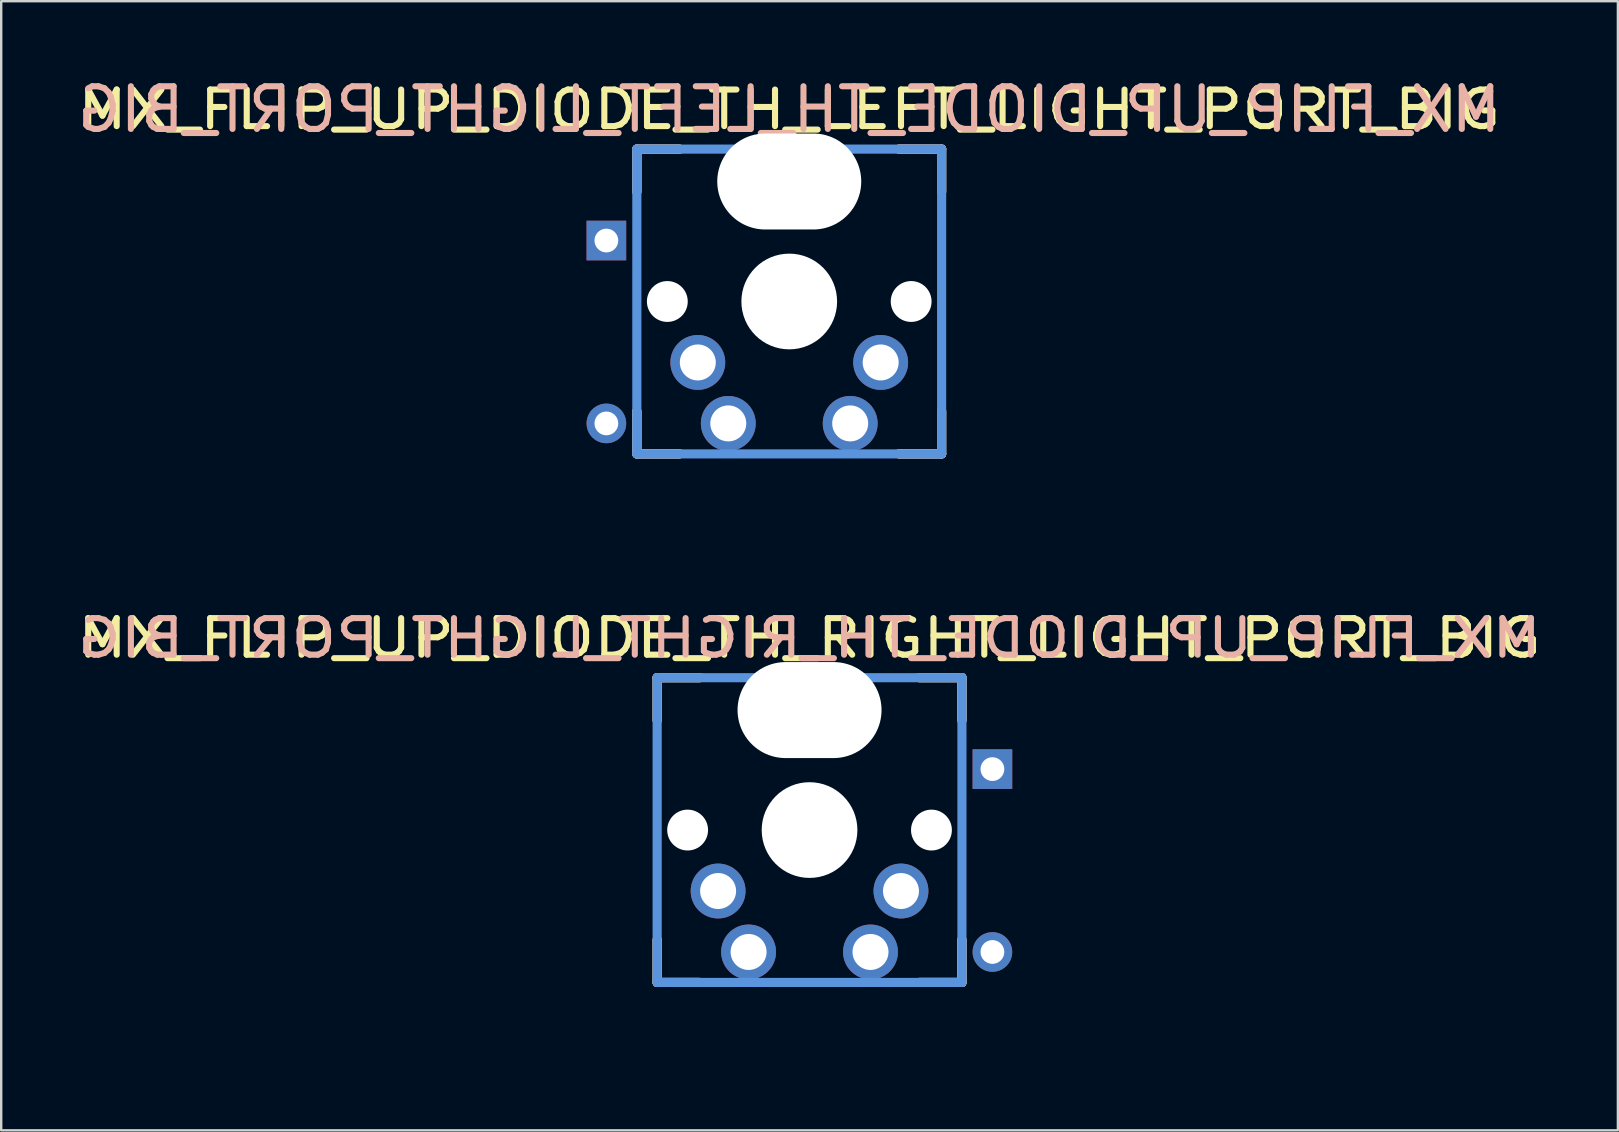
<source format=kicad_pcb>
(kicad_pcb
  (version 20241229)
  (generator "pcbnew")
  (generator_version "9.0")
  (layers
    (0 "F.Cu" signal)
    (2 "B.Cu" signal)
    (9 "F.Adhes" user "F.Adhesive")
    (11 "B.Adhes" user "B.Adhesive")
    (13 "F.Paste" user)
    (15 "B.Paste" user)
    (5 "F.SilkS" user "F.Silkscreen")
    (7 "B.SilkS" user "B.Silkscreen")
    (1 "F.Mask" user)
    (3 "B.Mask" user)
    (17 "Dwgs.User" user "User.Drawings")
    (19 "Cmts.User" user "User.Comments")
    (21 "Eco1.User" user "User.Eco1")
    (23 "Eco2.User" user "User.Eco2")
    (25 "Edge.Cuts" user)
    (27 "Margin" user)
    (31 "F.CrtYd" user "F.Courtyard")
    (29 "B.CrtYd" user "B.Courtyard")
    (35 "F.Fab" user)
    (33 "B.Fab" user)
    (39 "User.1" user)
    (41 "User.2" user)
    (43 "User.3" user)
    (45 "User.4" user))
  (footprint "MX_FLIP_UP_DIODE_TH_RIGHT_LIGHT_PORT_BIG"
    (layer "F.Cu")
    (at 30.683 31.538)
    (property "Reference" "MX_FLIP_UP_DIODE_TH_RIGHT_LIGHT_PORT_BIG" (at 0 -8 180) (layer "F.SilkS") (effects (font (size 1.524 1.778) (thickness 0.254))))
    (attr through_hole)
    (fp_line (start -6.35 -6.35) (end -4.572 -6.35) (stroke (width 0.381) (type solid)) (layer "F.SilkS"))
    (fp_line (start -6.35 -4.572) (end -6.35 -6.35) (stroke (width 0.381) (type solid)) (layer "F.SilkS"))
    (fp_line (start -6.35 6.35) (end -6.35 4.572) (stroke (width 0.381) (type solid)) (layer "F.SilkS"))
    (fp_line (start -4.572 6.35) (end -6.35 6.35) (stroke (width 0.381) (type solid)) (layer "F.SilkS"))
    (fp_line (start 4.572 -6.35) (end 6.35 -6.35) (stroke (width 0.381) (type solid)) (layer "F.SilkS"))
    (fp_line (start 6.35 -6.35) (end 6.35 -4.572) (stroke (width 0.381) (type solid)) (layer "F.SilkS"))
    (fp_line (start 6.35 4.572) (end 6.35 6.35) (stroke (width 0.381) (type solid)) (layer "F.SilkS"))
    (fp_line (start 6.35 6.35) (end 4.572 6.35) (stroke (width 0.381) (type solid)) (layer "F.SilkS"))
    (fp_line (start -6.35 -6.35) (end -4.572 -6.35) (stroke (width 0.381) (type solid)) (layer "B.SilkS"))
    (fp_line (start -6.35 -4.572) (end -6.35 -6.35) (stroke (width 0.381) (type solid)) (layer "B.SilkS"))
    (fp_line (start -6.35 6.35) (end -6.35 4.572) (stroke (width 0.381) (type solid)) (layer "B.SilkS"))
    (fp_line (start -4.572 6.35) (end -6.35 6.35) (stroke (width 0.381) (type solid)) (layer "B.SilkS"))
    (fp_line (start 4.572 -6.35) (end 6.35 -6.35) (stroke (width 0.381) (type solid)) (layer "B.SilkS"))
    (fp_line (start 6.35 -6.35) (end 6.35 -4.572) (stroke (width 0.381) (type solid)) (layer "B.SilkS"))
    (fp_line (start 6.35 4.572) (end 6.35 6.35) (stroke (width 0.381) (type solid)) (layer "B.SilkS"))
    (fp_line (start 6.35 6.35) (end 4.572 6.35) (stroke (width 0.381) (type solid)) (layer "B.SilkS"))
    (fp_line (start -6.35 -6.35) (end 6.35 -6.35) (stroke (width 0.381) (type solid)) (layer "Cmts.User"))
    (fp_line (start -6.35 6.35) (end -6.35 -6.35) (stroke (width 0.381) (type solid)) (layer "Cmts.User"))
    (fp_line (start 6.35 -6.35) (end 6.35 6.35) (stroke (width 0.381) (type solid)) (layer "Cmts.User"))
    (fp_line (start 6.35 6.35) (end -6.35 6.35) (stroke (width 0.381) (type solid)) (layer "Cmts.User"))
    (fp_line (start -9.5 -9.5) (end 9.5 -9.5) (stroke (width 0.025) (type solid)) (layer "Eco2.User"))
    (fp_line (start -9.5 9.5) (end -9.5 -9.5) (stroke (width 0.025) (type solid)) (layer "Eco2.User"))
    (fp_line (start -7 -7) (end 7 -7) (stroke (width 0.025) (type solid)) (layer "Eco2.User"))
    (fp_line (start -7 7) (end -7 -7) (stroke (width 0.025) (type solid)) (layer "Eco2.User"))
    (fp_line (start 7 7) (end -7 7) (stroke (width 0.025) (type solid)) (layer "Eco2.User"))
    (fp_line (start 7 7) (end 7 -7) (stroke (width 0.025) (type solid)) (layer "Eco2.User"))
    (fp_line (start 9.5 -9.5) (end 9.5 9.5) (stroke (width 0.025) (type solid)) (layer "Eco2.User"))
    (fp_line (start 9.5 9.5) (end -9.5 9.5) (stroke (width 0.025) (type solid)) (layer "Eco2.User"))
    (fp_text user "${REFERENCE}" (at 0 -8 0) (layer "B.SilkS") (effects (font (size 1.524 1.778) (thickness 0.254)) (justify mirror)))
    (pad "" np_thru_hole circle (at -5.08 0 180) (size 1.702 1.702) (drill 1.702) (layers "*.Cu" "*.Mask"))
    (pad "" np_thru_hole oval (at 0 -5 180) (size 6 4) (drill oval 6 4) (layers "*.Cu" "*.Mask"))
    (pad "" np_thru_hole circle (at 0 0 180) (size 3.988 3.988) (drill 3.988) (layers "*.Cu" "*.Mask"))
    (pad "" np_thru_hole circle (at 5.08 0 180) (size 1.702 1.702) (drill 1.702) (layers "*.Cu" "*.Mask"))
    (pad "1" thru_hole circle (at -3.81 2.54 180) (size 2.286 2.286) (drill 1.499) (layers "*.Cu" "*.Mask"))
    (pad "1" thru_hole circle (at -2.54 5.08 180) (size 2.286 2.286) (drill 1.499) (layers "*.Cu" "*.Mask"))
    (pad "2" thru_hole circle (at 2.54 5.08 180) (size 2.286 2.286) (drill 1.499) (layers "*.Cu" "*.Mask"))
    (pad "2" thru_hole circle (at 3.81 2.54 180) (size 2.286 2.286) (drill 1.499) (layers "*.Cu" "*.Mask"))
    (pad "3" thru_hole circle (at 7.62 5.08 90) (size 1.651 1.651) (drill 0.991) (layers "*.Cu" "*.Mask"))
    (pad "4" thru_hole rect (at 7.62 -2.54 90) (size 1.651 1.651) (drill 0.991) (layers "*.Cu" "*.Mask")))
  (footprint "MX_FLIP_UP_DIODE_TH_LEFT_LIGHT_PORT_BIG"
    (layer "F.Cu")
    (at 29.837 9.513)
    (property "Reference" "MX_FLIP_UP_DIODE_TH_LEFT_LIGHT_PORT_BIG" (at 0 -8 180) (layer "F.SilkS") (effects (font (size 1.524 1.778) (thickness 0.254))))
    (attr through_hole)
    (fp_line (start -6.35 -6.35) (end -4.572 -6.35) (stroke (width 0.381) (type solid)) (layer "F.SilkS"))
    (fp_line (start -6.35 -4.572) (end -6.35 -6.35) (stroke (width 0.381) (type solid)) (layer "F.SilkS"))
    (fp_line (start -6.35 6.35) (end -6.35 4.572) (stroke (width 0.381) (type solid)) (layer "F.SilkS"))
    (fp_line (start -4.572 6.35) (end -6.35 6.35) (stroke (width 0.381) (type solid)) (layer "F.SilkS"))
    (fp_line (start 4.572 -6.35) (end 6.35 -6.35) (stroke (width 0.381) (type solid)) (layer "F.SilkS"))
    (fp_line (start 6.35 -6.35) (end 6.35 -4.572) (stroke (width 0.381) (type solid)) (layer "F.SilkS"))
    (fp_line (start 6.35 4.572) (end 6.35 6.35) (stroke (width 0.381) (type solid)) (layer "F.SilkS"))
    (fp_line (start 6.35 6.35) (end 4.572 6.35) (stroke (width 0.381) (type solid)) (layer "F.SilkS"))
    (fp_line (start -6.35 -6.35) (end -4.572 -6.35) (stroke (width 0.381) (type solid)) (layer "B.SilkS"))
    (fp_line (start -6.35 -4.572) (end -6.35 -6.35) (stroke (width 0.381) (type solid)) (layer "B.SilkS"))
    (fp_line (start -6.35 6.35) (end -6.35 4.572) (stroke (width 0.381) (type solid)) (layer "B.SilkS"))
    (fp_line (start -4.572 6.35) (end -6.35 6.35) (stroke (width 0.381) (type solid)) (layer "B.SilkS"))
    (fp_line (start 4.572 -6.35) (end 6.35 -6.35) (stroke (width 0.381) (type solid)) (layer "B.SilkS"))
    (fp_line (start 6.35 -6.35) (end 6.35 -4.572) (stroke (width 0.381) (type solid)) (layer "B.SilkS"))
    (fp_line (start 6.35 4.572) (end 6.35 6.35) (stroke (width 0.381) (type solid)) (layer "B.SilkS"))
    (fp_line (start 6.35 6.35) (end 4.572 6.35) (stroke (width 0.381) (type solid)) (layer "B.SilkS"))
    (fp_line (start -6.35 -6.35) (end 6.35 -6.35) (stroke (width 0.381) (type solid)) (layer "Cmts.User"))
    (fp_line (start -6.35 6.35) (end -6.35 -6.35) (stroke (width 0.381) (type solid)) (layer "Cmts.User"))
    (fp_line (start 6.35 -6.35) (end 6.35 6.35) (stroke (width 0.381) (type solid)) (layer "Cmts.User"))
    (fp_line (start 6.35 6.35) (end -6.35 6.35) (stroke (width 0.381) (type solid)) (layer "Cmts.User"))
    (fp_line (start -9.5 -9.5) (end 9.5 -9.5) (stroke (width 0.025) (type solid)) (layer "Eco2.User"))
    (fp_line (start -9.5 9.5) (end -9.5 -9.5) (stroke (width 0.025) (type solid)) (layer "Eco2.User"))
    (fp_line (start -7 -7) (end 7 -7) (stroke (width 0.025) (type solid)) (layer "Eco2.User"))
    (fp_line (start -7 7) (end -7 -7) (stroke (width 0.025) (type solid)) (layer "Eco2.User"))
    (fp_line (start 7 7) (end -7 7) (stroke (width 0.025) (type solid)) (layer "Eco2.User"))
    (fp_line (start 7 7) (end 7 -7) (stroke (width 0.025) (type solid)) (layer "Eco2.User"))
    (fp_line (start 9.5 -9.5) (end 9.5 9.5) (stroke (width 0.025) (type solid)) (layer "Eco2.User"))
    (fp_line (start 9.5 9.5) (end -9.5 9.5) (stroke (width 0.025) (type solid)) (layer "Eco2.User"))
    (fp_text user "${REFERENCE}" (at 0 -8 0) (layer "B.SilkS") (effects (font (size 1.778 1.778) (thickness 0.254)) (justify mirror)))
    (pad "" np_thru_hole circle (at -5.08 0 180) (size 1.702 1.702) (drill 1.702) (layers "*.Cu" "*.Mask"))
    (pad "" np_thru_hole oval (at 0 -5 180) (size 6 4) (drill oval 6 4) (layers "*.Cu" "*.Mask"))
    (pad "" np_thru_hole circle (at 0 0 180) (size 3.988 3.988) (drill 3.988) (layers "*.Cu" "*.Mask"))
    (pad "" np_thru_hole circle (at 5.08 0 180) (size 1.702 1.702) (drill 1.702) (layers "*.Cu" "*.Mask"))
    (pad "1" thru_hole circle (at 2.54 5.08 180) (size 2.286 2.286) (drill 1.499) (layers "*.Cu" "*.Mask"))
    (pad "1" thru_hole circle (at 3.81 2.54 180) (size 2.286 2.286) (drill 1.499) (layers "*.Cu" "*.Mask"))
    (pad "2" thru_hole circle (at -3.81 2.54 180) (size 2.286 2.286) (drill 1.499) (layers "*.Cu" "*.Mask"))
    (pad "2" thru_hole circle (at -2.54 5.08 180) (size 2.286 2.286) (drill 1.499) (layers "*.Cu" "*.Mask"))
    (pad "3" thru_hole circle (at -7.62 5.08 90) (size 1.651 1.651) (drill 0.991) (layers "*.Cu" "*.Mask"))
    (pad "4" thru_hole rect (at -7.62 -2.54 90) (size 1.651 1.651) (drill 0.991) (layers "*.Cu" "*.Mask")))
  (gr_rect
    (start -3 -3)
    (end 64.366 44.051)
    (stroke (width 0.1) (type default))
    (fill no)
    (layer "Edge.Cuts")))
</source>
